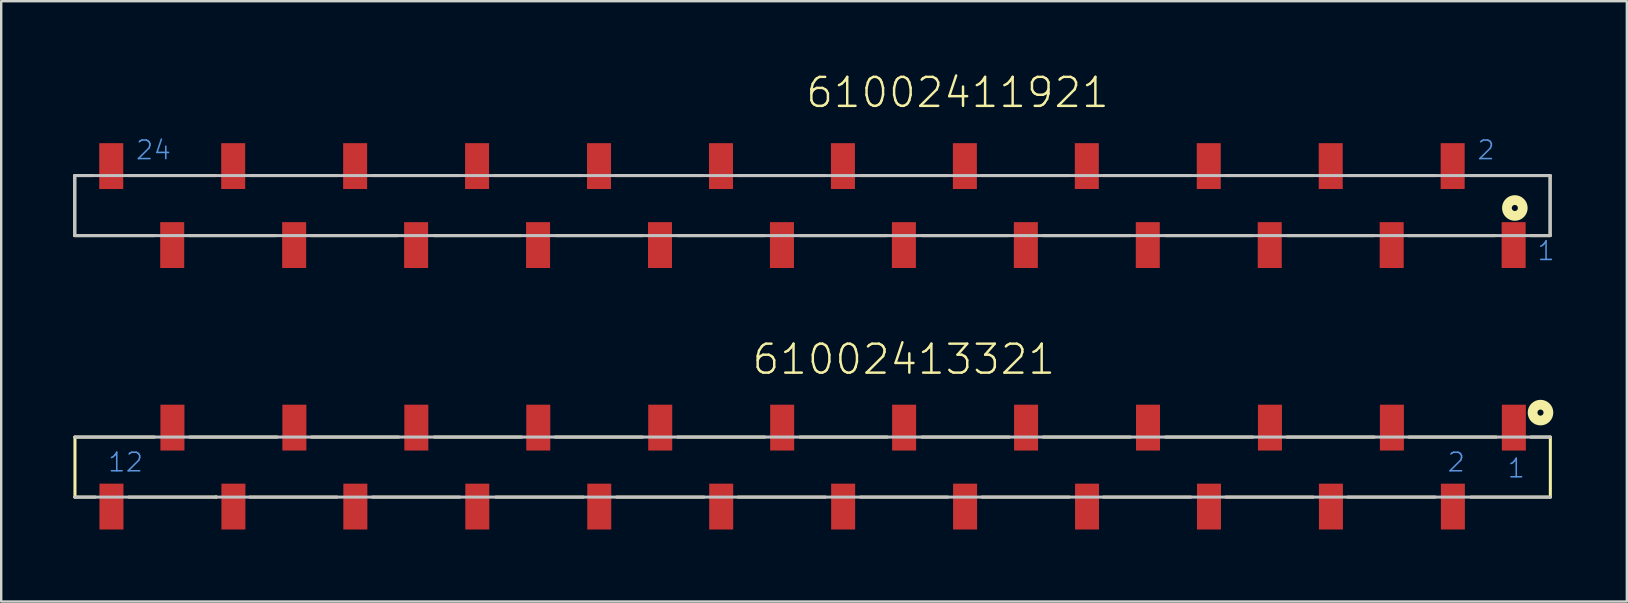
<source format=kicad_pcb>
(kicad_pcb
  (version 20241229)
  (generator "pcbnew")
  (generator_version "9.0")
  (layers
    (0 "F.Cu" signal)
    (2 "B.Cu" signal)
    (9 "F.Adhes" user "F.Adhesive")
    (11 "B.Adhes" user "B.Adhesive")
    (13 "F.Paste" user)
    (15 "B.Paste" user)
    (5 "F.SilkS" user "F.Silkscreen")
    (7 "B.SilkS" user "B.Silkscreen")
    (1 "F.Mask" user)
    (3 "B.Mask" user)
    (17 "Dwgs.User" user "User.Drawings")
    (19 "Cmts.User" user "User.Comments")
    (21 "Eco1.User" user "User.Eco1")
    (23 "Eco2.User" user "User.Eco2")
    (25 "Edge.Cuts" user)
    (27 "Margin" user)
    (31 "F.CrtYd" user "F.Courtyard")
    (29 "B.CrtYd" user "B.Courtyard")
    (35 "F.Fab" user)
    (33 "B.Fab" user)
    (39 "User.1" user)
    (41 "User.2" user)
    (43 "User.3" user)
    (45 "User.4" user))
  (footprint "61002411921"
    (layer "F.Cu")
    (at 33.334 5.514)
    (property "Reference" "61002411921" (at -2.881 -4.003 0) (layer "F.SilkS") (effects (font (size 1.206 1.206) (thickness 0.102)) (justify left bottom)))
    (attr through_hole)
    (fp_line (start -33.27 -1.25) (end -33.27 1.25) (stroke (width 0.127) (type solid)) (layer "F.SilkS"))
    (fp_line (start -33.27 1.25) (end -29.94 1.25) (stroke (width 0.127) (type solid)) (layer "F.SilkS"))
    (fp_line (start -32.52 -1.25) (end -33.27 -1.25) (stroke (width 0.127) (type solid)) (layer "F.SilkS"))
    (fp_line (start -31.05 -1.25) (end -27.43 -1.25) (stroke (width 0.127) (type solid)) (layer "F.SilkS"))
    (fp_line (start -28.51 1.25) (end -24.89 1.25) (stroke (width 0.127) (type solid)) (layer "F.SilkS"))
    (fp_line (start -25.95 -1.25) (end -22.33 -1.25) (stroke (width 0.127) (type solid)) (layer "F.SilkS"))
    (fp_line (start -23.44 1.25) (end -19.82 1.25) (stroke (width 0.127) (type solid)) (layer "F.SilkS"))
    (fp_line (start -20.87 -1.25) (end -17.25 -1.25) (stroke (width 0.127) (type solid)) (layer "F.SilkS"))
    (fp_line (start -18.3 1.25) (end -14.68 1.25) (stroke (width 0.127) (type solid)) (layer "F.SilkS"))
    (fp_line (start -15.78 -1.25) (end -12.16 -1.25) (stroke (width 0.127) (type solid)) (layer "F.SilkS"))
    (fp_line (start -13.23 1.25) (end -9.61 1.25) (stroke (width 0.127) (type solid)) (layer "F.SilkS"))
    (fp_line (start -10.74 -1.25) (end -7.12 -1.25) (stroke (width 0.127) (type solid)) (layer "F.SilkS"))
    (fp_line (start -8.15 1.25) (end -4.53 1.25) (stroke (width 0.127) (type solid)) (layer "F.SilkS"))
    (fp_line (start -5.64 -1.25) (end -2.02 -1.25) (stroke (width 0.127) (type solid)) (layer "F.SilkS"))
    (fp_line (start -3.05 1.25) (end 0.57 1.25) (stroke (width 0.127) (type solid)) (layer "F.SilkS"))
    (fp_line (start -0.52 -1.25) (end 3.1 -1.25) (stroke (width 0.127) (type solid)) (layer "F.SilkS"))
    (fp_line (start 2.02 1.25) (end 5.64 1.25) (stroke (width 0.127) (type solid)) (layer "F.SilkS"))
    (fp_line (start 4.51 -1.25) (end 8.13 -1.25) (stroke (width 0.127) (type solid)) (layer "F.SilkS"))
    (fp_line (start 7.07 1.25) (end 10.69 1.25) (stroke (width 0.127) (type solid)) (layer "F.SilkS"))
    (fp_line (start 9.58 -1.25) (end 13.2 -1.25) (stroke (width 0.127) (type solid)) (layer "F.SilkS"))
    (fp_line (start 12.18 1.25) (end 15.8 1.25) (stroke (width 0.127) (type solid)) (layer "F.SilkS"))
    (fp_line (start 14.69 -1.25) (end 18.31 -1.25) (stroke (width 0.127) (type solid)) (layer "F.SilkS"))
    (fp_line (start 17.24 1.25) (end 20.86 1.25) (stroke (width 0.127) (type solid)) (layer "F.SilkS"))
    (fp_line (start 19.79 -1.25) (end 23.41 -1.25) (stroke (width 0.127) (type solid)) (layer "F.SilkS"))
    (fp_line (start 22.28 1.25) (end 25.9 1.25) (stroke (width 0.127) (type solid)) (layer "F.SilkS"))
    (fp_line (start 24.89 -1.25) (end 28.19 -1.25) (stroke (width 0.127) (type solid)) (layer "F.SilkS"))
    (fp_line (start 28.19 -1.25) (end 28.19 1.25) (stroke (width 0.127) (type solid)) (layer "F.SilkS"))
    (fp_line (start 28.19 1.25) (end 27.38 1.25) (stroke (width 0.127) (type solid)) (layer "F.SilkS"))
    (fp_circle (center 26.72 0.1) (end 26.847 0.1) (stroke (width 0.406) (type solid)) (fill no) (layer "F.SilkS"))
    (fp_line (start -33.27 -1.25) (end -33.27 1.25) (stroke (width 0.127) (type solid)) (layer "Dwgs.User"))
    (fp_line (start -33.27 -1.25) (end 28.19 -1.25) (stroke (width 0.127) (type solid)) (layer "Dwgs.User"))
    (fp_line (start 28.19 -1.25) (end 28.19 1.25) (stroke (width 0.127) (type solid)) (layer "Dwgs.User"))
    (fp_line (start 28.19 1.25) (end -33.27 1.25) (stroke (width 0.127) (type solid)) (layer "Dwgs.User"))
    (fp_text user "1" (at 27.61 2.34 0) (layer "Cmts.User") (effects (font (size 0.772 0.772) (thickness 0.065)) (justify left bottom)))
    (fp_text user "24" (at -30.77 -1.86 0) (layer "Cmts.User") (effects (font (size 0.772 0.772) (thickness 0.065)) (justify left bottom)))
    (fp_text user "2" (at 25.11 -1.86 0) (layer "Cmts.User") (effects (font (size 0.772 0.772) (thickness 0.065)) (justify left bottom)))
    (pad "1" smd rect (at 26.67 1.645) (size 1 1.91) (layers "F.Cu" "F.Mask" "F.Paste"))
    (pad "2" smd rect (at 24.13 -1.645) (size 1 1.91) (layers "F.Cu" "F.Mask" "F.Paste"))
    (pad "3" smd rect (at 21.59 1.645) (size 1 1.91) (layers "F.Cu" "F.Mask" "F.Paste"))
    (pad "4" smd rect (at 19.05 -1.645) (size 1 1.91) (layers "F.Cu" "F.Mask" "F.Paste"))
    (pad "5" smd rect (at 16.51 1.645) (size 1 1.91) (layers "F.Cu" "F.Mask" "F.Paste"))
    (pad "6" smd rect (at 13.97 -1.645) (size 1 1.91) (layers "F.Cu" "F.Mask" "F.Paste"))
    (pad "7" smd rect (at 11.43 1.645) (size 1 1.91) (layers "F.Cu" "F.Mask" "F.Paste"))
    (pad "8" smd rect (at 8.89 -1.645) (size 1 1.91) (layers "F.Cu" "F.Mask" "F.Paste"))
    (pad "9" smd rect (at 6.35 1.645) (size 1 1.91) (layers "F.Cu" "F.Mask" "F.Paste"))
    (pad "10" smd rect (at 3.81 -1.645) (size 1 1.91) (layers "F.Cu" "F.Mask" "F.Paste"))
    (pad "11" smd rect (at 1.27 1.645) (size 1 1.91) (layers "F.Cu" "F.Mask" "F.Paste"))
    (pad "12" smd rect (at -1.27 -1.645) (size 1 1.91) (layers "F.Cu" "F.Mask" "F.Paste"))
    (pad "13" smd rect (at -3.81 1.645) (size 1 1.91) (layers "F.Cu" "F.Mask" "F.Paste"))
    (pad "14" smd rect (at -6.35 -1.645) (size 1 1.91) (layers "F.Cu" "F.Mask" "F.Paste"))
    (pad "15" smd rect (at -8.89 1.645) (size 1 1.91) (layers "F.Cu" "F.Mask" "F.Paste"))
    (pad "16" smd rect (at -11.43 -1.645) (size 1 1.91) (layers "F.Cu" "F.Mask" "F.Paste"))
    (pad "17" smd rect (at -13.97 1.645) (size 1 1.91) (layers "F.Cu" "F.Mask" "F.Paste"))
    (pad "18" smd rect (at -16.51 -1.645) (size 1 1.91) (layers "F.Cu" "F.Mask" "F.Paste"))
    (pad "19" smd rect (at -19.05 1.645) (size 1 1.91) (layers "F.Cu" "F.Mask" "F.Paste"))
    (pad "20" smd rect (at -21.59 -1.645) (size 1 1.91) (layers "F.Cu" "F.Mask" "F.Paste"))
    (pad "21" smd rect (at -24.13 1.645) (size 1 1.91) (layers "F.Cu" "F.Mask" "F.Paste"))
    (pad "22" smd rect (at -26.67 -1.645) (size 1 1.91) (layers "F.Cu" "F.Mask" "F.Paste"))
    (pad "23" smd rect (at -29.21 1.645) (size 1 1.91) (layers "F.Cu" "F.Mask" "F.Paste"))
    (pad "24" smd rect (at -31.75 -1.645) (size 1 1.91) (layers "F.Cu" "F.Mask" "F.Paste")))
  (footprint "61002413321"
    (layer "F.Cu")
    (at 30.803 16.408)
    (property "Reference" "61002413321" (at -2.587 -3.783 0) (layer "F.SilkS") (effects (font (size 1.206 1.206) (thickness 0.102)) (justify left bottom)))
    (attr through_hole)
    (fp_line (start -30.73 1.25) (end -30.73 -1.25) (stroke (width 0.127) (type solid)) (layer "F.SilkS"))
    (fp_line (start -29.88 1.25) (end -30.74 1.25) (stroke (width 0.127) (type solid)) (layer "F.SilkS"))
    (fp_line (start -28.49 1.25) (end -24.85 1.25) (stroke (width 0.127) (type solid)) (layer "F.SilkS"))
    (fp_line (start -27.42 -1.25) (end -30.74 -1.25) (stroke (width 0.127) (type solid)) (layer "F.SilkS"))
    (fp_line (start -25.95 -1.25) (end -22.31 -1.25) (stroke (width 0.127) (type solid)) (layer "F.SilkS"))
    (fp_line (start -24.85 1.25) (end -24.85 1.24) (stroke (width 0.127) (type solid)) (layer "F.SilkS"))
    (fp_line (start -23.45 1.25) (end -19.81 1.25) (stroke (width 0.127) (type solid)) (layer "F.SilkS"))
    (fp_line (start -20.88 -1.25) (end -17.24 -1.25) (stroke (width 0.127) (type solid)) (layer "F.SilkS"))
    (fp_line (start -18.34 1.25) (end -14.7 1.25) (stroke (width 0.127) (type solid)) (layer "F.SilkS"))
    (fp_line (start -15.76 -1.25) (end -12.12 -1.25) (stroke (width 0.127) (type solid)) (layer "F.SilkS"))
    (fp_line (start -13.2 1.25) (end -9.56 1.25) (stroke (width 0.127) (type solid)) (layer "F.SilkS"))
    (fp_line (start -10.73 -1.25) (end -7.09 -1.25) (stroke (width 0.127) (type solid)) (layer "F.SilkS"))
    (fp_line (start -8.17 1.25) (end -4.53 1.25) (stroke (width 0.127) (type solid)) (layer "F.SilkS"))
    (fp_line (start -5.63 -1.25) (end -1.99 -1.25) (stroke (width 0.127) (type solid)) (layer "F.SilkS"))
    (fp_line (start -3.11 1.25) (end 0.53 1.25) (stroke (width 0.127) (type solid)) (layer "F.SilkS"))
    (fp_line (start -0.53 -1.25) (end 3.11 -1.25) (stroke (width 0.127) (type solid)) (layer "F.SilkS"))
    (fp_line (start 1.99 1.25) (end 5.63 1.25) (stroke (width 0.127) (type solid)) (layer "F.SilkS"))
    (fp_line (start 4.55 -1.25) (end 8.19 -1.25) (stroke (width 0.127) (type solid)) (layer "F.SilkS"))
    (fp_line (start 7.05 1.25) (end 10.69 1.25) (stroke (width 0.127) (type solid)) (layer "F.SilkS"))
    (fp_line (start 9.6 -1.25) (end 13.24 -1.25) (stroke (width 0.127) (type solid)) (layer "F.SilkS"))
    (fp_line (start 12.11 1.25) (end 15.75 1.25) (stroke (width 0.127) (type solid)) (layer "F.SilkS"))
    (fp_line (start 14.7 -1.25) (end 18.34 -1.25) (stroke (width 0.127) (type solid)) (layer "F.SilkS"))
    (fp_line (start 17.21 1.25) (end 20.85 1.25) (stroke (width 0.127) (type solid)) (layer "F.SilkS"))
    (fp_line (start 19.76 -1.25) (end 23.4 -1.25) (stroke (width 0.127) (type solid)) (layer "F.SilkS"))
    (fp_line (start 22.29 1.25) (end 25.93 1.25) (stroke (width 0.127) (type solid)) (layer "F.SilkS"))
    (fp_line (start 24.84 -1.25) (end 28.48 -1.25) (stroke (width 0.127) (type solid)) (layer "F.SilkS"))
    (fp_line (start 27.42 1.25) (end 30.73 1.25) (stroke (width 0.127) (type solid)) (layer "F.SilkS"))
    (fp_line (start 29.92 -1.25) (end 30.73 -1.25) (stroke (width 0.127) (type solid)) (layer "F.SilkS"))
    (fp_line (start 30.73 -1.25) (end 30.73 1.25) (stroke (width 0.127) (type solid)) (layer "F.SilkS"))
    (fp_circle (center 30.32 -2.27) (end 30.447 -2.27) (stroke (width 0.406) (type solid)) (fill no) (layer "F.SilkS"))
    (fp_line (start -30.73 -1.25) (end 30.73 -1.25) (stroke (width 0.127) (type solid)) (layer "Dwgs.User"))
    (fp_line (start 30.73 1.25) (end -30.73 1.25) (stroke (width 0.127) (type solid)) (layer "Dwgs.User"))
    (fp_text user "2" (at 26.4 0.25 0) (layer "Cmts.User") (effects (font (size 0.772 0.772) (thickness 0.065)) (justify left bottom)))
    (fp_text user "1" (at 28.9 0.5 0) (layer "Cmts.User") (effects (font (size 0.772 0.772) (thickness 0.065)) (justify left bottom)))
    (fp_text user "12" (at -29.4 0.25 0) (layer "Cmts.User") (effects (font (size 0.772 0.772) (thickness 0.065)) (justify left bottom)))
    (pad "1" smd rect (at 29.21 -1.645) (size 1 1.91) (layers "F.Cu" "F.Mask" "F.Paste"))
    (pad "2" smd rect (at 26.67 1.645) (size 1 1.91) (layers "F.Cu" "F.Mask" "F.Paste"))
    (pad "3" smd rect (at 24.13 -1.645) (size 1 1.91) (layers "F.Cu" "F.Mask" "F.Paste"))
    (pad "4" smd rect (at 21.59 1.645) (size 1 1.91) (layers "F.Cu" "F.Mask" "F.Paste"))
    (pad "5" smd rect (at 19.05 -1.645) (size 1 1.91) (layers "F.Cu" "F.Mask" "F.Paste"))
    (pad "6" smd rect (at 16.51 1.645) (size 1 1.91) (layers "F.Cu" "F.Mask" "F.Paste"))
    (pad "7" smd rect (at 13.97 -1.645) (size 1 1.91) (layers "F.Cu" "F.Mask" "F.Paste"))
    (pad "8" smd rect (at 11.43 1.645) (size 1 1.91) (layers "F.Cu" "F.Mask" "F.Paste"))
    (pad "9" smd rect (at 8.89 -1.645) (size 1 1.91) (layers "F.Cu" "F.Mask" "F.Paste"))
    (pad "10" smd rect (at 6.35 1.645) (size 1 1.91) (layers "F.Cu" "F.Mask" "F.Paste"))
    (pad "11" smd rect (at 3.81 -1.645) (size 1 1.91) (layers "F.Cu" "F.Mask" "F.Paste"))
    (pad "12" smd rect (at 1.27 1.645) (size 1 1.91) (layers "F.Cu" "F.Mask" "F.Paste"))
    (pad "13" smd rect (at -1.27 -1.645) (size 1 1.91) (layers "F.Cu" "F.Mask" "F.Paste"))
    (pad "14" smd rect (at -3.81 1.645) (size 1 1.91) (layers "F.Cu" "F.Mask" "F.Paste"))
    (pad "15" smd rect (at -6.35 -1.645) (size 1 1.91) (layers "F.Cu" "F.Mask" "F.Paste"))
    (pad "16" smd rect (at -8.89 1.645) (size 1 1.91) (layers "F.Cu" "F.Mask" "F.Paste"))
    (pad "17" smd rect (at -11.43 -1.645) (size 1 1.91) (layers "F.Cu" "F.Mask" "F.Paste"))
    (pad "18" smd rect (at -13.97 1.645) (size 1 1.91) (layers "F.Cu" "F.Mask" "F.Paste"))
    (pad "19" smd rect (at -16.51 -1.645) (size 1 1.91) (layers "F.Cu" "F.Mask" "F.Paste"))
    (pad "20" smd rect (at -19.05 1.645) (size 1 1.91) (layers "F.Cu" "F.Mask" "F.Paste"))
    (pad "21" smd rect (at -21.59 -1.645) (size 1 1.91) (layers "F.Cu" "F.Mask" "F.Paste"))
    (pad "22" smd rect (at -24.13 1.645) (size 1 1.91) (layers "F.Cu" "F.Mask" "F.Paste"))
    (pad "23" smd rect (at -26.67 -1.645) (size 1 1.91) (layers "F.Cu" "F.Mask" "F.Paste"))
    (pad "24" smd rect (at -29.21 1.645) (size 1 1.91) (layers "F.Cu" "F.Mask" "F.Paste")))
  (gr_rect
    (start -3 -3)
    (end 64.72 22.008)
    (stroke (width 0.1) (type default))
    (fill no)
    (layer "Edge.Cuts")))
</source>
